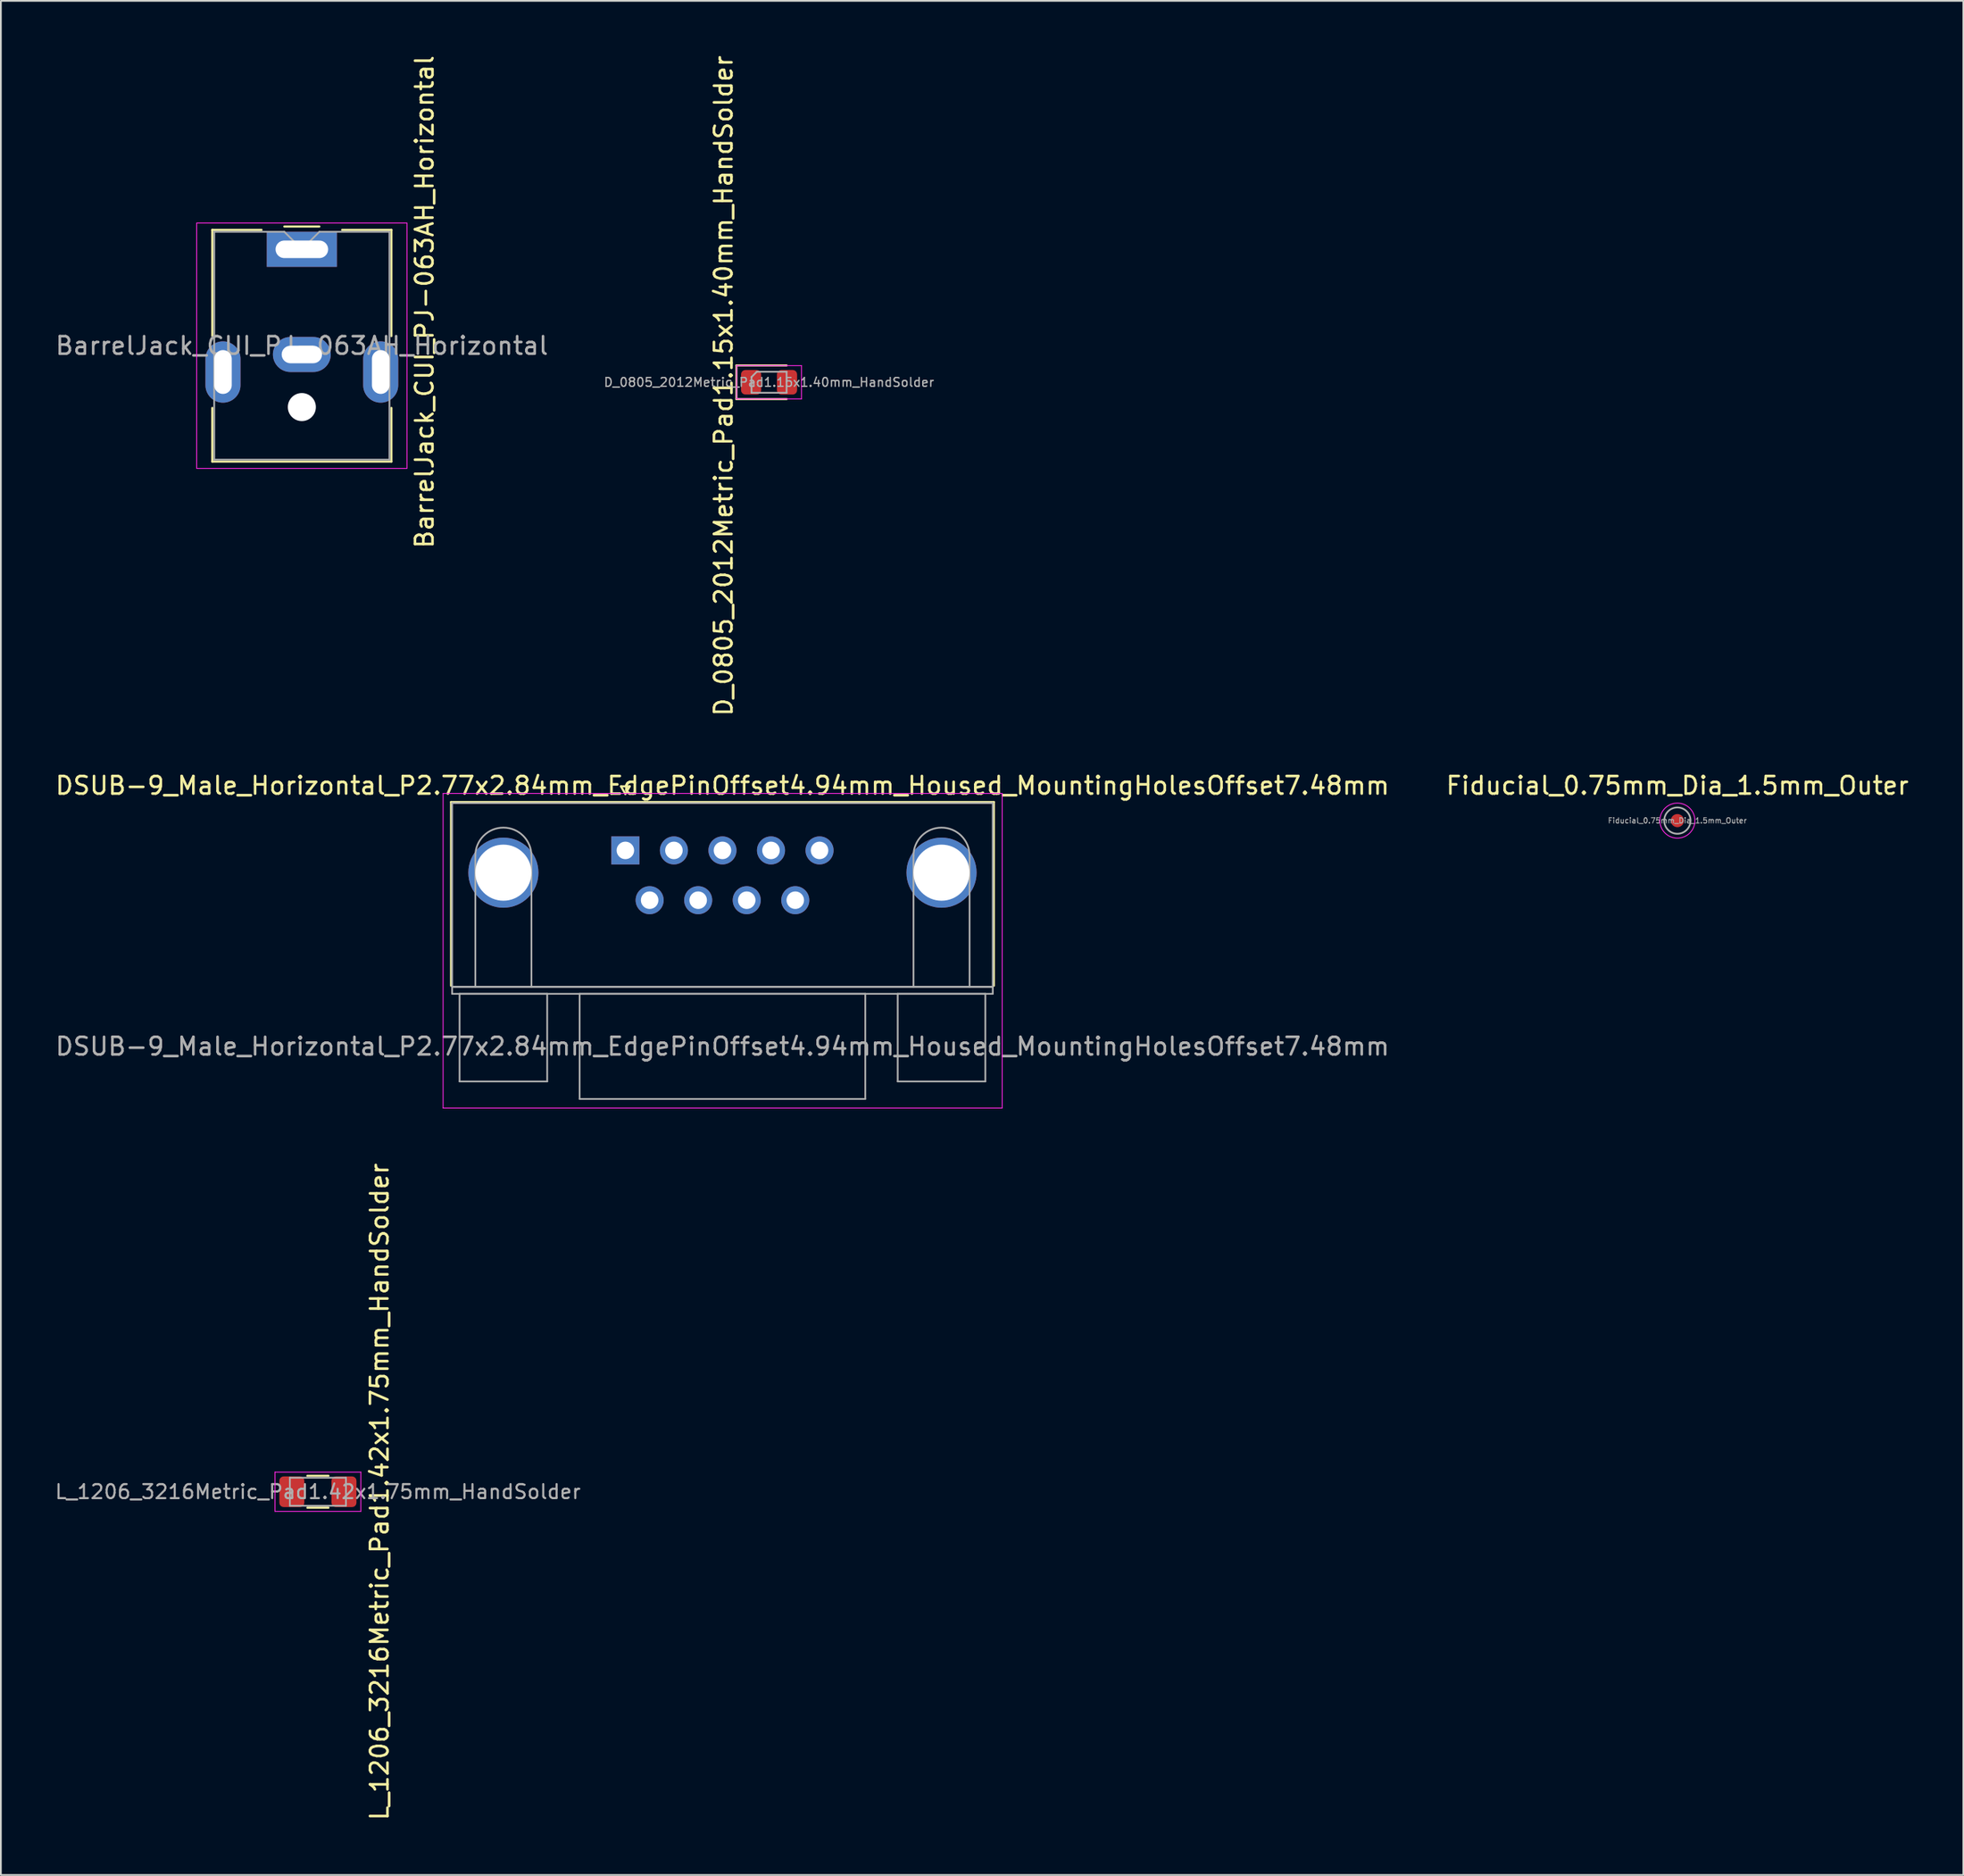
<source format=kicad_pcb>
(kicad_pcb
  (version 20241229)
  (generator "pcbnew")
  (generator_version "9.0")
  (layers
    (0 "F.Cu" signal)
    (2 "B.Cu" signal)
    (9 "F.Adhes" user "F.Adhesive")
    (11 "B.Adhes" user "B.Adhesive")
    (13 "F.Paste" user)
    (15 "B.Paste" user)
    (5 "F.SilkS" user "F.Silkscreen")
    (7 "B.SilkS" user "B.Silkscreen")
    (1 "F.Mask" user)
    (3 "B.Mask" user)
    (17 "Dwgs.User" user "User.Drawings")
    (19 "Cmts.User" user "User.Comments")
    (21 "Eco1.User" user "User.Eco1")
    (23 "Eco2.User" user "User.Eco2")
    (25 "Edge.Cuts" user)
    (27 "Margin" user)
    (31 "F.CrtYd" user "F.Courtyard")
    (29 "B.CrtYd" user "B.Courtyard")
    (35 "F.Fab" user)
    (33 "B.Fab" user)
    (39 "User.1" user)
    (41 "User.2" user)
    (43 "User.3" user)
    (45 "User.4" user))
  (footprint "DSUB-9_Male_Horizontal_P2.77x2.84mm_EdgePinOffset4.94mm_Housed_MountingHolesOffset7.48mm"
    (layer "F.Cu")
    (at 32.633 45.465)
    (property "Reference" "DSUB-9_Male_Horizontal_P2.77x2.84mm_EdgePinOffset4.94mm_Housed_MountingHolesOffset7.48mm" (at 5.54 -3.7 0) (layer "F.SilkS") (effects (font (size 1 1) (thickness 0.15))))
    (attr through_hole)
    (fp_line (start -9.945 -2.76) (end 21.025 -2.76) (stroke (width 0.12) (type solid)) (layer "F.SilkS"))
    (fp_line (start -9.945 7.72) (end -9.945 -2.76) (stroke (width 0.12) (type solid)) (layer "F.SilkS"))
    (fp_line (start -0.25 -3.654) (end 0.25 -3.654) (stroke (width 0.12) (type solid)) (layer "F.SilkS"))
    (fp_line (start 0 -3.221) (end -0.25 -3.654) (stroke (width 0.12) (type solid)) (layer "F.SilkS"))
    (fp_line (start 0.25 -3.654) (end 0 -3.221) (stroke (width 0.12) (type solid)) (layer "F.SilkS"))
    (fp_line (start 21.025 -2.76) (end 21.025 7.72) (stroke (width 0.12) (type solid)) (layer "F.SilkS"))
    (fp_line (start -10.4 -3.25) (end -10.4 14.7) (stroke (width 0.05) (type solid)) (layer "F.CrtYd"))
    (fp_line (start -10.4 14.7) (end 21.5 14.7) (stroke (width 0.05) (type solid)) (layer "F.CrtYd"))
    (fp_line (start 21.5 -3.25) (end -10.4 -3.25) (stroke (width 0.05) (type solid)) (layer "F.CrtYd"))
    (fp_line (start 21.5 14.7) (end 21.5 -3.25) (stroke (width 0.05) (type solid)) (layer "F.CrtYd"))
    (fp_line (start -9.885 -2.7) (end -9.885 7.78) (stroke (width 0.1) (type solid)) (layer "F.Fab"))
    (fp_line (start -9.885 7.78) (end -9.885 8.18) (stroke (width 0.1) (type solid)) (layer "F.Fab"))
    (fp_line (start -9.885 7.78) (end 20.965 7.78) (stroke (width 0.1) (type solid)) (layer "F.Fab"))
    (fp_line (start -9.885 8.18) (end 20.965 8.18) (stroke (width 0.1) (type solid)) (layer "F.Fab"))
    (fp_line (start -9.46 8.18) (end -9.46 13.18) (stroke (width 0.1) (type solid)) (layer "F.Fab"))
    (fp_line (start -9.46 13.18) (end -4.46 13.18) (stroke (width 0.1) (type solid)) (layer "F.Fab"))
    (fp_line (start -8.56 7.78) (end -8.56 0.3) (stroke (width 0.1) (type solid)) (layer "F.Fab"))
    (fp_line (start -5.36 7.78) (end -5.36 0.3) (stroke (width 0.1) (type solid)) (layer "F.Fab"))
    (fp_line (start -4.46 8.18) (end -9.46 8.18) (stroke (width 0.1) (type solid)) (layer "F.Fab"))
    (fp_line (start -4.46 13.18) (end -4.46 8.18) (stroke (width 0.1) (type solid)) (layer "F.Fab"))
    (fp_line (start -2.61 8.18) (end -2.61 14.18) (stroke (width 0.1) (type solid)) (layer "F.Fab"))
    (fp_line (start -2.61 14.18) (end 13.69 14.18) (stroke (width 0.1) (type solid)) (layer "F.Fab"))
    (fp_line (start 13.69 8.18) (end -2.61 8.18) (stroke (width 0.1) (type solid)) (layer "F.Fab"))
    (fp_line (start 13.69 14.18) (end 13.69 8.18) (stroke (width 0.1) (type solid)) (layer "F.Fab"))
    (fp_line (start 15.54 8.18) (end 15.54 13.18) (stroke (width 0.1) (type solid)) (layer "F.Fab"))
    (fp_line (start 15.54 13.18) (end 20.54 13.18) (stroke (width 0.1) (type solid)) (layer "F.Fab"))
    (fp_line (start 16.44 7.78) (end 16.44 0.3) (stroke (width 0.1) (type solid)) (layer "F.Fab"))
    (fp_line (start 19.64 7.78) (end 19.64 0.3) (stroke (width 0.1) (type solid)) (layer "F.Fab"))
    (fp_line (start 20.54 8.18) (end 15.54 8.18) (stroke (width 0.1) (type solid)) (layer "F.Fab"))
    (fp_line (start 20.54 13.18) (end 20.54 8.18) (stroke (width 0.1) (type solid)) (layer "F.Fab"))
    (fp_line (start 20.965 -2.7) (end -9.885 -2.7) (stroke (width 0.1) (type solid)) (layer "F.Fab"))
    (fp_line (start 20.965 7.78) (end -9.885 7.78) (stroke (width 0.1) (type solid)) (layer "F.Fab"))
    (fp_line (start 20.965 7.78) (end 20.965 -2.7) (stroke (width 0.1) (type solid)) (layer "F.Fab"))
    (fp_line (start 20.965 8.18) (end 20.965 7.78) (stroke (width 0.1) (type solid)) (layer "F.Fab"))
    (fp_arc (start -8.56 0.3) (mid -6.96 -1.3) (end -5.36 0.3) (stroke (width 0.1) (type solid)) (layer "F.Fab"))
    (fp_arc (start 16.44 0.3) (mid 18.04 -1.3) (end 19.64 0.3) (stroke (width 0.1) (type solid)) (layer "F.Fab"))
    (fp_text user "${REFERENCE}" (at 5.54 11.18 0) (layer "F.Fab") (effects (font (size 1 1) (thickness 0.15))))
    (pad "0" thru_hole circle (at -6.96 1.27) (size 4 4) (drill 3.2) (layers "*.Cu" "*.Mask"))
    (pad "0" thru_hole circle (at 18.04 1.27) (size 4 4) (drill 3.2) (layers "*.Cu" "*.Mask"))
    (pad "1" thru_hole rect (at 0 0) (size 1.6 1.6) (drill 1) (layers "*.Cu" "*.Mask"))
    (pad "2" thru_hole circle (at 2.77 0) (size 1.6 1.6) (drill 1) (layers "*.Cu" "*.Mask"))
    (pad "3" thru_hole circle (at 5.54 0) (size 1.6 1.6) (drill 1) (layers "*.Cu" "*.Mask"))
    (pad "4" thru_hole circle (at 8.31 0) (size 1.6 1.6) (drill 1) (layers "*.Cu" "*.Mask"))
    (pad "5" thru_hole circle (at 11.08 0) (size 1.6 1.6) (drill 1) (layers "*.Cu" "*.Mask"))
    (pad "6" thru_hole circle (at 1.385 2.84) (size 1.6 1.6) (drill 1) (layers "*.Cu" "*.Mask"))
    (pad "7" thru_hole circle (at 4.155 2.84) (size 1.6 1.6) (drill 1) (layers "*.Cu" "*.Mask"))
    (pad "8" thru_hole circle (at 6.925 2.84) (size 1.6 1.6) (drill 1) (layers "*.Cu" "*.Mask"))
    (pad "9" thru_hole circle (at 9.695 2.84) (size 1.6 1.6) (drill 1) (layers "*.Cu" "*.Mask")))
  (footprint "Fiducial_0.75mm_Dia_1.5mm_Outer"
    (layer "F.Cu")
    (at 92.661 43.765)
    (property "Reference" "Fiducial_0.75mm_Dia_1.5mm_Outer" (at 0 -2 0) (layer "F.SilkS") (effects (font (size 1 1) (thickness 0.15))))
    (attr exclude_from_pos_files exclude_from_bom)
    (fp_circle (center 0 0) (end 1 0) (stroke (width 0.05) (type solid)) (fill no) (layer "F.CrtYd"))
    (fp_circle (center 0 0) (end 0.75 0) (stroke (width 0.1) (type solid)) (fill no) (layer "F.Fab"))
    (fp_text user "${REFERENCE}" (at 0 0 0) (layer "F.Fab") (effects (font (size 0.3 0.3) (thickness 0.05))))
    (pad "~" smd circle (at 0 0) (size 0.75 0.75) (layers "F.Cu" "F.Mask")))
  (footprint "BarrelJack_CUI_PJ-063AH_Horizontal"
    (layer "F.Cu")
    (at 14.173 11.173)
    (property "Reference" "BarrelJack_CUI_PJ-063AH_Horizontal" (at 7 3 90) (layer "F.SilkS") (effects (font (size 1 1) (thickness 0.15))))
    (attr through_hole)
    (fp_line (start -5.11 -1.11) (end -2.3 -1.11) (stroke (width 0.12) (type solid)) (layer "F.SilkS"))
    (fp_line (start -5.11 4.95) (end -5.11 -1.11) (stroke (width 0.12) (type solid)) (layer "F.SilkS"))
    (fp_line (start -5.11 12.11) (end -5.11 9.05) (stroke (width 0.12) (type solid)) (layer "F.SilkS"))
    (fp_line (start -1 -1.3) (end 1 -1.3) (stroke (width 0.12) (type solid)) (layer "F.SilkS"))
    (fp_line (start 2.3 -1.11) (end 5.11 -1.11) (stroke (width 0.12) (type solid)) (layer "F.SilkS"))
    (fp_line (start 5.11 -1.11) (end 5.11 4.95) (stroke (width 0.12) (type solid)) (layer "F.SilkS"))
    (fp_line (start 5.11 9.05) (end 5.11 12.11) (stroke (width 0.12) (type solid)) (layer "F.SilkS"))
    (fp_line (start 5.11 12.11) (end -5.11 12.11) (stroke (width 0.12) (type solid)) (layer "F.SilkS"))
    (fp_line (start -6 -1.5) (end -6 12.5) (stroke (width 0.05) (type solid)) (layer "F.CrtYd"))
    (fp_line (start -6 12.5) (end 6 12.5) (stroke (width 0.05) (type solid)) (layer "F.CrtYd"))
    (fp_line (start 6 -1.5) (end -6 -1.5) (stroke (width 0.05) (type solid)) (layer "F.CrtYd"))
    (fp_line (start 6 12.5) (end 6 -1.5) (stroke (width 0.05) (type solid)) (layer "F.CrtYd"))
    (fp_line (start -5 -1) (end -1 -1) (stroke (width 0.1) (type solid)) (layer "F.Fab"))
    (fp_line (start -5 12) (end -5 -1) (stroke (width 0.1) (type solid)) (layer "F.Fab"))
    (fp_line (start -1 -1) (end 0 0) (stroke (width 0.1) (type solid)) (layer "F.Fab"))
    (fp_line (start 0 0) (end 1 -1) (stroke (width 0.1) (type solid)) (layer "F.Fab"))
    (fp_line (start 1 -1) (end 5 -1) (stroke (width 0.1) (type solid)) (layer "F.Fab"))
    (fp_line (start 5 -1) (end 5 12) (stroke (width 0.1) (type solid)) (layer "F.Fab"))
    (fp_line (start 5 12) (end -5 12) (stroke (width 0.1) (type solid)) (layer "F.Fab"))
    (fp_text user "${REFERENCE}" (at 0 5.5 0) (layer "F.Fab") (effects (font (size 1 1) (thickness 0.15))))
    (pad "" np_thru_hole circle (at 0 9) (size 1.6 1.6) (drill 1.6) (layers "*.Cu" "*.Mask"))
    (pad "1" thru_hole rect (at 0 0) (size 4 2) (drill oval 3 1) (layers "*.Cu" "*.Mask"))
    (pad "2" thru_hole oval (at 0 6) (size 3.3 2) (drill oval 2.3 1) (layers "*.Cu" "*.Mask"))
    (pad "MP" thru_hole oval (at -4.5 7) (size 2 3.5) (drill oval 1 2.5) (layers "*.Cu" "*.Mask"))
    (pad "MP" thru_hole oval (at 4.5 7) (size 2 3.5) (drill oval 1 2.5) (layers "*.Cu" "*.Mask")))
  (footprint "L_1206_3216Metric_Pad1.42x1.75mm_HandSolder"
    (layer "F.Cu")
    (at 15.09 82.053)
    (property "Reference" "L_1206_3216Metric_Pad1.42x1.75mm_HandSolder" (at 3.513 0 90) (layer "F.SilkS") (effects (font (size 1 1) (thickness 0.15))))
    (attr smd)
    (fp_line (start -0.602 -0.91) (end 0.602 -0.91) (stroke (width 0.12) (type solid)) (layer "F.SilkS"))
    (fp_line (start -0.602 0.91) (end 0.602 0.91) (stroke (width 0.12) (type solid)) (layer "F.SilkS"))
    (fp_line (start -2.45 -1.12) (end 2.45 -1.12) (stroke (width 0.05) (type solid)) (layer "F.CrtYd"))
    (fp_line (start -2.45 1.12) (end -2.45 -1.12) (stroke (width 0.05) (type solid)) (layer "F.CrtYd"))
    (fp_line (start 2.45 -1.12) (end 2.45 1.12) (stroke (width 0.05) (type solid)) (layer "F.CrtYd"))
    (fp_line (start 2.45 1.12) (end -2.45 1.12) (stroke (width 0.05) (type solid)) (layer "F.CrtYd"))
    (fp_line (start -1.6 -0.8) (end 1.6 -0.8) (stroke (width 0.1) (type solid)) (layer "F.Fab"))
    (fp_line (start -1.6 0.8) (end -1.6 -0.8) (stroke (width 0.1) (type solid)) (layer "F.Fab"))
    (fp_line (start 1.6 -0.8) (end 1.6 0.8) (stroke (width 0.1) (type solid)) (layer "F.Fab"))
    (fp_line (start 1.6 0.8) (end -1.6 0.8) (stroke (width 0.1) (type solid)) (layer "F.Fab"))
    (fp_text user "${REFERENCE}" (at 0 0 0) (layer "F.Fab") (effects (font (size 0.8 0.8) (thickness 0.12))))
    (pad "1" smd roundrect (at -1.488 0) (size 1.425 1.75) (layers "F.Cu" "F.Mask" "F.Paste") (roundrect_rratio 0.175))
    (pad "2" smd roundrect (at 1.488 0) (size 1.425 1.75) (layers "F.Cu" "F.Mask" "F.Paste") (roundrect_rratio 0.175)))
  (footprint "D_0805_2012Metric_Pad1.15x1.40mm_HandSolder"
    (layer "F.Cu")
    (at 40.832 18.758)
    (property "Reference" "D_0805_2012Metric_Pad1.15x1.40mm_HandSolder" (at -2.6 0.2 270) (layer "F.SilkS") (effects (font (size 1 1) (thickness 0.15))))
    (attr smd)
    (fp_line (start -1.86 -0.96) (end -1.86 0.96) (stroke (width 0.12) (type solid)) (layer "F.SilkS"))
    (fp_line (start -1.86 0.96) (end 1 0.96) (stroke (width 0.12) (type solid)) (layer "F.SilkS"))
    (fp_line (start 1 -0.96) (end -1.86 -0.96) (stroke (width 0.12) (type solid)) (layer "F.SilkS"))
    (fp_line (start -1.85 -0.95) (end 1.85 -0.95) (stroke (width 0.05) (type solid)) (layer "F.CrtYd"))
    (fp_line (start -1.85 0.95) (end -1.85 -0.95) (stroke (width 0.05) (type solid)) (layer "F.CrtYd"))
    (fp_line (start 1.85 -0.95) (end 1.85 0.95) (stroke (width 0.05) (type solid)) (layer "F.CrtYd"))
    (fp_line (start 1.85 0.95) (end -1.85 0.95) (stroke (width 0.05) (type solid)) (layer "F.CrtYd"))
    (fp_line (start -1 -0.3) (end -1 0.6) (stroke (width 0.1) (type solid)) (layer "F.Fab"))
    (fp_line (start -1 0.6) (end 1 0.6) (stroke (width 0.1) (type solid)) (layer "F.Fab"))
    (fp_line (start -0.7 -0.6) (end -1 -0.3) (stroke (width 0.1) (type solid)) (layer "F.Fab"))
    (fp_line (start 1 -0.6) (end -0.7 -0.6) (stroke (width 0.1) (type solid)) (layer "F.Fab"))
    (fp_line (start 1 0.6) (end 1 -0.6) (stroke (width 0.1) (type solid)) (layer "F.Fab"))
    (fp_text user "${REFERENCE}" (at 0 0 0) (layer "F.Fab") (effects (font (size 0.5 0.5) (thickness 0.08))))
    (pad "1" smd roundrect (at -1.025 0) (size 1.15 1.4) (layers "F.Cu" "F.Mask" "F.Paste") (roundrect_rratio 0.217))
    (pad "2" smd roundrect (at 1.025 0) (size 1.15 1.4) (layers "F.Cu" "F.Mask" "F.Paste") (roundrect_rratio 0.217)))
  (gr_rect
    (start -3 -3)
    (end 108.976 103.916)
    (stroke (width 0.1) (type default))
    (fill no)
    (layer "Edge.Cuts")))
</source>
